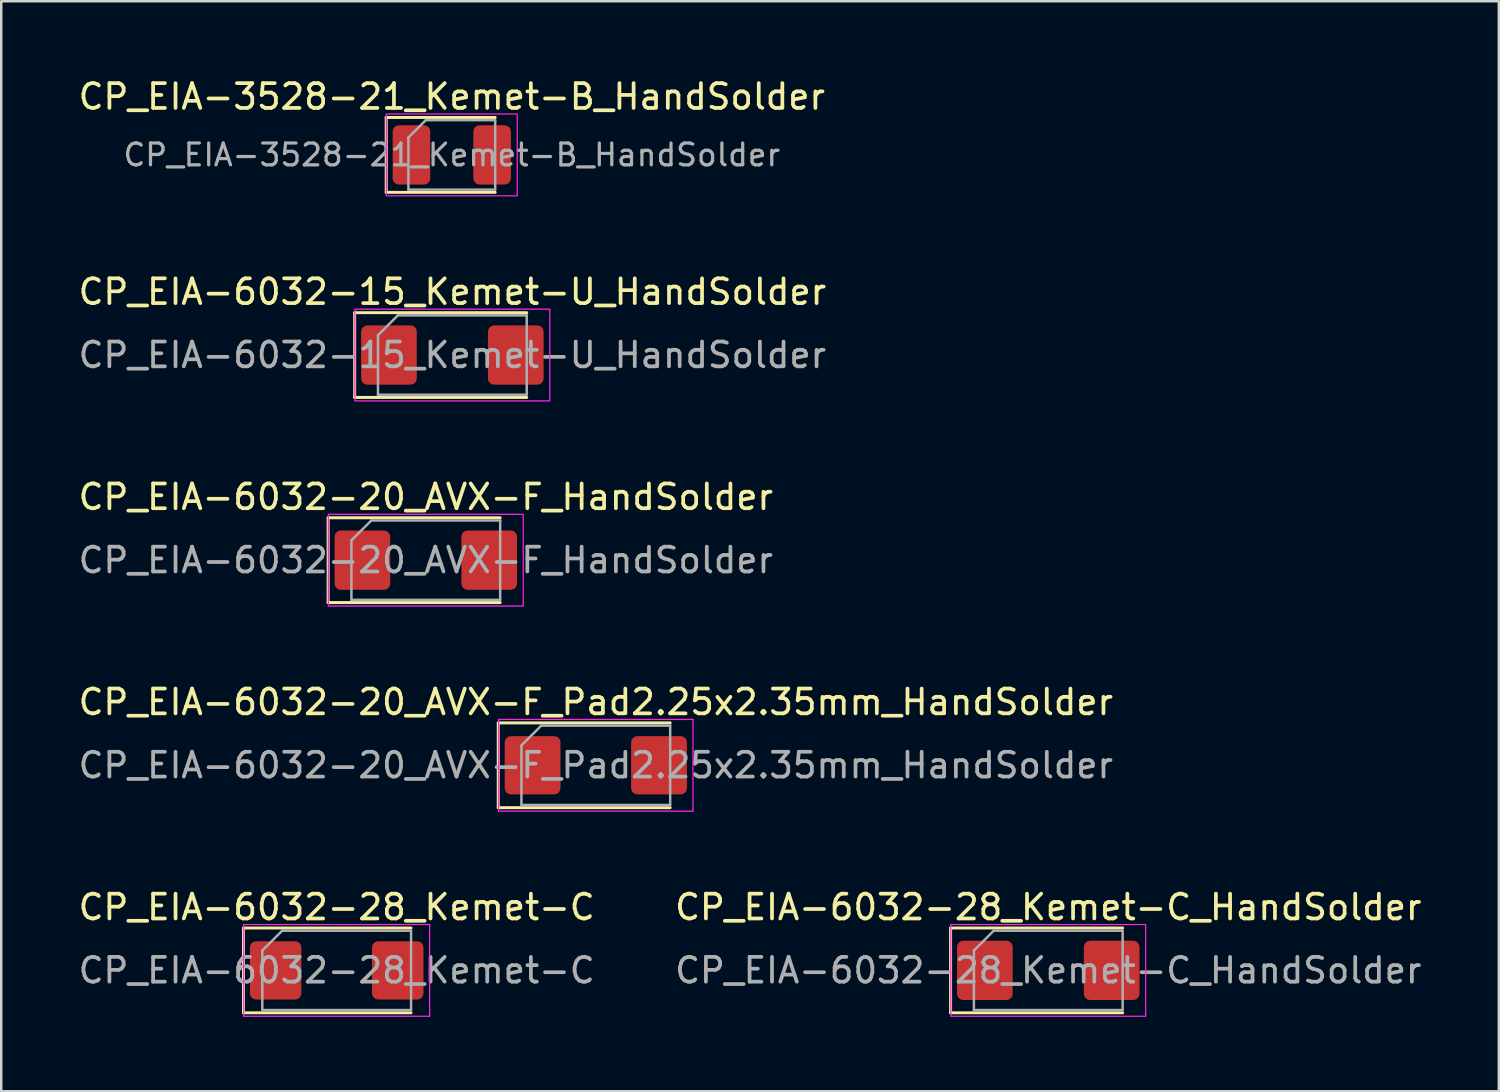
<source format=kicad_pcb>
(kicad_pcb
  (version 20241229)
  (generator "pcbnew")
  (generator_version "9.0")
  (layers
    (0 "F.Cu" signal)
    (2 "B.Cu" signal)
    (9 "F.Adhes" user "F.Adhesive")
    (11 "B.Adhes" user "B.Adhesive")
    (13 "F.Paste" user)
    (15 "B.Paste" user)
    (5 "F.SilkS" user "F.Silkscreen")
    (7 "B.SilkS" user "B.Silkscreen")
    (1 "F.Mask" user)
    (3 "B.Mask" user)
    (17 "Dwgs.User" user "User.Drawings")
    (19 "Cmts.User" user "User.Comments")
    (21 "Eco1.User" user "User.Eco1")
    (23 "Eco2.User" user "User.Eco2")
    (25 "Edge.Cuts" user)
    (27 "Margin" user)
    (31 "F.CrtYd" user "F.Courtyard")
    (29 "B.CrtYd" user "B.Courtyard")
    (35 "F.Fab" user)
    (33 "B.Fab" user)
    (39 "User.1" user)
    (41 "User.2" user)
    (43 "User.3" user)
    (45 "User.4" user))
  (footprint "CP_EIA-3528-21_Kemet-B_HandSolder"
    (layer "F.Cu")
    (at 15.173 3.198)
    (property "Reference" "CP_EIA-3528-21_Kemet-B_HandSolder" (at 0 -2.35 0) (layer "F.SilkS") (effects (font (size 1 1) (thickness 0.15))))
    (attr smd)
    (fp_line (start -2.645 -1.51) (end -2.645 1.51) (stroke (width 0.12) (type solid)) (layer "F.SilkS"))
    (fp_line (start -2.645 1.51) (end 1.75 1.51) (stroke (width 0.12) (type solid)) (layer "F.SilkS"))
    (fp_line (start 1.75 -1.51) (end -2.645 -1.51) (stroke (width 0.12) (type solid)) (layer "F.SilkS"))
    (fp_rect (start -2.64 -1.65) (end 2.64 1.65) (stroke (width 0.05) (type solid)) (fill no) (layer "F.CrtYd"))
    (fp_line (start -1.75 -0.7) (end -1.75 1.4) (stroke (width 0.1) (type solid)) (layer "F.Fab"))
    (fp_line (start -1.75 1.4) (end 1.75 1.4) (stroke (width 0.1) (type solid)) (layer "F.Fab"))
    (fp_line (start -1.05 -1.4) (end -1.75 -0.7) (stroke (width 0.1) (type solid)) (layer "F.Fab"))
    (fp_line (start 1.75 -1.4) (end -1.05 -1.4) (stroke (width 0.1) (type solid)) (layer "F.Fab"))
    (fp_line (start 1.75 1.4) (end 1.75 -1.4) (stroke (width 0.1) (type solid)) (layer "F.Fab"))
    (fp_text user "${REFERENCE}" (at 0 0 0) (layer "F.Fab") (effects (font (size 0.88 0.88) (thickness 0.13))))
    (pad "1" smd roundrect (at -1.627 0) (size 1.515 2.39) (layers "F.Cu" "F.Mask" "F.Paste") (roundrect_rratio 0.165))
    (pad "2" smd roundrect (at 1.627 0) (size 1.515 2.39) (layers "F.Cu" "F.Mask" "F.Paste") (roundrect_rratio 0.165)))
  (footprint "CP_EIA-6032-28_Kemet-C_HandSolder"
    (layer "F.Cu")
    (at 39.232 36.091)
    (property "Reference" "CP_EIA-6032-28_Kemet-C_HandSolder" (at 0 -2.55 0) (layer "F.SilkS") (effects (font (size 1 1) (thickness 0.15))))
    (attr smd)
    (fp_line (start -3.94 -1.71) (end -3.94 1.71) (stroke (width 0.12) (type solid)) (layer "F.SilkS"))
    (fp_line (start -3.94 1.71) (end 3 1.71) (stroke (width 0.12) (type solid)) (layer "F.SilkS"))
    (fp_line (start 3 -1.71) (end -3.94 -1.71) (stroke (width 0.12) (type solid)) (layer "F.SilkS"))
    (fp_rect (start -3.93 -1.85) (end 3.93 1.85) (stroke (width 0.05) (type solid)) (fill no) (layer "F.CrtYd"))
    (fp_line (start -3 -0.8) (end -3 1.6) (stroke (width 0.1) (type solid)) (layer "F.Fab"))
    (fp_line (start -3 1.6) (end 3 1.6) (stroke (width 0.1) (type solid)) (layer "F.Fab"))
    (fp_line (start -2.2 -1.6) (end -3 -0.8) (stroke (width 0.1) (type solid)) (layer "F.Fab"))
    (fp_line (start 3 -1.6) (end -2.2 -1.6) (stroke (width 0.1) (type solid)) (layer "F.Fab"))
    (fp_line (start 3 1.6) (end 3 -1.6) (stroke (width 0.1) (type solid)) (layer "F.Fab"))
    (fp_text user "${REFERENCE}" (at 0 0 0) (layer "F.Fab") (effects (font (size 1 1) (thickness 0.15))))
    (pad "1" smd roundrect (at -2.558 0) (size 2.245 2.39) (layers "F.Cu" "F.Mask" "F.Paste") (roundrect_rratio 0.111))
    (pad "2" smd roundrect (at 2.558 0) (size 2.245 2.39) (layers "F.Cu" "F.Mask" "F.Paste") (roundrect_rratio 0.111)))
  (footprint "CP_EIA-6032-20_AVX-F_HandSolder"
    (layer "F.Cu")
    (at 14.125 19.545)
    (property "Reference" "CP_EIA-6032-20_AVX-F_HandSolder" (at 0 -2.55 0) (layer "F.SilkS") (effects (font (size 1 1) (thickness 0.15))))
    (attr smd)
    (fp_line (start -3.94 -1.71) (end -3.94 1.71) (stroke (width 0.12) (type solid)) (layer "F.SilkS"))
    (fp_line (start -3.94 1.71) (end 3 1.71) (stroke (width 0.12) (type solid)) (layer "F.SilkS"))
    (fp_line (start 3 -1.71) (end -3.94 -1.71) (stroke (width 0.12) (type solid)) (layer "F.SilkS"))
    (fp_rect (start -3.93 -1.85) (end 3.93 1.85) (stroke (width 0.05) (type solid)) (fill no) (layer "F.CrtYd"))
    (fp_line (start -3 -0.8) (end -3 1.6) (stroke (width 0.1) (type solid)) (layer "F.Fab"))
    (fp_line (start -3 1.6) (end 3 1.6) (stroke (width 0.1) (type solid)) (layer "F.Fab"))
    (fp_line (start -2.2 -1.6) (end -3 -0.8) (stroke (width 0.1) (type solid)) (layer "F.Fab"))
    (fp_line (start 3 -1.6) (end -2.2 -1.6) (stroke (width 0.1) (type solid)) (layer "F.Fab"))
    (fp_line (start 3 1.6) (end 3 -1.6) (stroke (width 0.1) (type solid)) (layer "F.Fab"))
    (fp_text user "${REFERENCE}" (at 0 0 0) (layer "F.Fab") (effects (font (size 1 1) (thickness 0.15))))
    (pad "1" smd roundrect (at -2.558 0) (size 2.245 2.39) (layers "F.Cu" "F.Mask" "F.Paste") (roundrect_rratio 0.111))
    (pad "2" smd roundrect (at 2.558 0) (size 2.245 2.39) (layers "F.Cu" "F.Mask" "F.Paste") (roundrect_rratio 0.111)))
  (footprint "CP_EIA-6032-15_Kemet-U_HandSolder"
    (layer "F.Cu")
    (at 15.196 11.271)
    (property "Reference" "CP_EIA-6032-15_Kemet-U_HandSolder" (at 0 -2.55 0) (layer "F.SilkS") (effects (font (size 1 1) (thickness 0.15))))
    (attr smd)
    (fp_line (start -3.94 -1.71) (end -3.94 1.71) (stroke (width 0.12) (type solid)) (layer "F.SilkS"))
    (fp_line (start -3.94 1.71) (end 3 1.71) (stroke (width 0.12) (type solid)) (layer "F.SilkS"))
    (fp_line (start 3 -1.71) (end -3.94 -1.71) (stroke (width 0.12) (type solid)) (layer "F.SilkS"))
    (fp_rect (start -3.93 -1.85) (end 3.93 1.85) (stroke (width 0.05) (type solid)) (fill no) (layer "F.CrtYd"))
    (fp_line (start -3 -0.8) (end -3 1.6) (stroke (width 0.1) (type solid)) (layer "F.Fab"))
    (fp_line (start -3 1.6) (end 3 1.6) (stroke (width 0.1) (type solid)) (layer "F.Fab"))
    (fp_line (start -2.2 -1.6) (end -3 -0.8) (stroke (width 0.1) (type solid)) (layer "F.Fab"))
    (fp_line (start 3 -1.6) (end -2.2 -1.6) (stroke (width 0.1) (type solid)) (layer "F.Fab"))
    (fp_line (start 3 1.6) (end 3 -1.6) (stroke (width 0.1) (type solid)) (layer "F.Fab"))
    (fp_text user "${REFERENCE}" (at 0 0 0) (layer "F.Fab") (effects (font (size 1 1) (thickness 0.15))))
    (pad "1" smd roundrect (at -2.558 0) (size 2.245 2.39) (layers "F.Cu" "F.Mask" "F.Paste") (roundrect_rratio 0.111))
    (pad "2" smd roundrect (at 2.558 0) (size 2.245 2.39) (layers "F.Cu" "F.Mask" "F.Paste") (roundrect_rratio 0.111)))
  (footprint "CP_EIA-6032-20_AVX-F_Pad2.25x2.35mm_HandSolder"
    (layer "F.Cu")
    (at 20.982 27.818)
    (property "Reference" "CP_EIA-6032-20_AVX-F_Pad2.25x2.35mm_HandSolder" (at 0 -2.55 0) (layer "F.SilkS") (effects (font (size 1 1) (thickness 0.15))))
    (attr smd)
    (fp_line (start -3.935 -1.71) (end -3.935 1.71) (stroke (width 0.12) (type solid)) (layer "F.SilkS"))
    (fp_line (start -3.935 1.71) (end 3 1.71) (stroke (width 0.12) (type solid)) (layer "F.SilkS"))
    (fp_line (start 3 -1.71) (end -3.935 -1.71) (stroke (width 0.12) (type solid)) (layer "F.SilkS"))
    (fp_line (start -3.92 -1.85) (end 3.92 -1.85) (stroke (width 0.05) (type solid)) (layer "F.CrtYd"))
    (fp_line (start -3.92 1.85) (end -3.92 -1.85) (stroke (width 0.05) (type solid)) (layer "F.CrtYd"))
    (fp_line (start 3.92 -1.85) (end 3.92 1.85) (stroke (width 0.05) (type solid)) (layer "F.CrtYd"))
    (fp_line (start 3.92 1.85) (end -3.92 1.85) (stroke (width 0.05) (type solid)) (layer "F.CrtYd"))
    (fp_line (start -3 -0.8) (end -3 1.6) (stroke (width 0.1) (type solid)) (layer "F.Fab"))
    (fp_line (start -3 1.6) (end 3 1.6) (stroke (width 0.1) (type solid)) (layer "F.Fab"))
    (fp_line (start -2.2 -1.6) (end -3 -0.8) (stroke (width 0.1) (type solid)) (layer "F.Fab"))
    (fp_line (start 3 -1.6) (end -2.2 -1.6) (stroke (width 0.1) (type solid)) (layer "F.Fab"))
    (fp_line (start 3 1.6) (end 3 -1.6) (stroke (width 0.1) (type solid)) (layer "F.Fab"))
    (fp_text user "${REFERENCE}" (at 0 0 0) (layer "F.Fab") (effects (font (size 1 1) (thickness 0.15))))
    (pad "1" smd roundrect (at -2.55 0) (size 2.25 2.35) (layers "F.Cu" "F.Mask" "F.Paste") (roundrect_rratio 0.111))
    (pad "2" smd roundrect (at 2.55 0) (size 2.25 2.35) (layers "F.Cu" "F.Mask" "F.Paste") (roundrect_rratio 0.111)))
  (footprint "CP_EIA-6032-28_Kemet-C"
    (layer "F.Cu")
    (at 10.53 36.091)
    (property "Reference" "CP_EIA-6032-28_Kemet-C" (at 0 -2.55 0) (layer "F.SilkS") (effects (font (size 1 1) (thickness 0.15))))
    (attr smd)
    (fp_line (start -3.76 -1.71) (end -3.76 1.71) (stroke (width 0.12) (type solid)) (layer "F.SilkS"))
    (fp_line (start -3.76 1.71) (end 3 1.71) (stroke (width 0.12) (type solid)) (layer "F.SilkS"))
    (fp_line (start 3 -1.71) (end -3.76 -1.71) (stroke (width 0.12) (type solid)) (layer "F.SilkS"))
    (fp_line (start -3.75 -1.85) (end 3.75 -1.85) (stroke (width 0.05) (type solid)) (layer "F.CrtYd"))
    (fp_line (start -3.75 1.85) (end -3.75 -1.85) (stroke (width 0.05) (type solid)) (layer "F.CrtYd"))
    (fp_line (start 3.75 -1.85) (end 3.75 1.85) (stroke (width 0.05) (type solid)) (layer "F.CrtYd"))
    (fp_line (start 3.75 1.85) (end -3.75 1.85) (stroke (width 0.05) (type solid)) (layer "F.CrtYd"))
    (fp_line (start -3 -0.8) (end -3 1.6) (stroke (width 0.1) (type solid)) (layer "F.Fab"))
    (fp_line (start -3 1.6) (end 3 1.6) (stroke (width 0.1) (type solid)) (layer "F.Fab"))
    (fp_line (start -2.2 -1.6) (end -3 -0.8) (stroke (width 0.1) (type solid)) (layer "F.Fab"))
    (fp_line (start 3 -1.6) (end -2.2 -1.6) (stroke (width 0.1) (type solid)) (layer "F.Fab"))
    (fp_line (start 3 1.6) (end 3 -1.6) (stroke (width 0.1) (type solid)) (layer "F.Fab"))
    (fp_text user "${REFERENCE}" (at 0 0 0) (layer "F.Fab") (effects (font (size 1 1) (thickness 0.15))))
    (pad "1" smd roundrect (at -2.462 0) (size 2.075 2.35) (layers "F.Cu" "F.Mask" "F.Paste") (roundrect_rratio 0.12))
    (pad "2" smd roundrect (at 2.462 0) (size 2.075 2.35) (layers "F.Cu" "F.Mask" "F.Paste") (roundrect_rratio 0.12)))
  (gr_rect
    (start -3 -3)
    (end 57.405 40.966)
    (stroke (width 0.1) (type default))
    (fill no)
    (layer "Edge.Cuts")))
</source>
